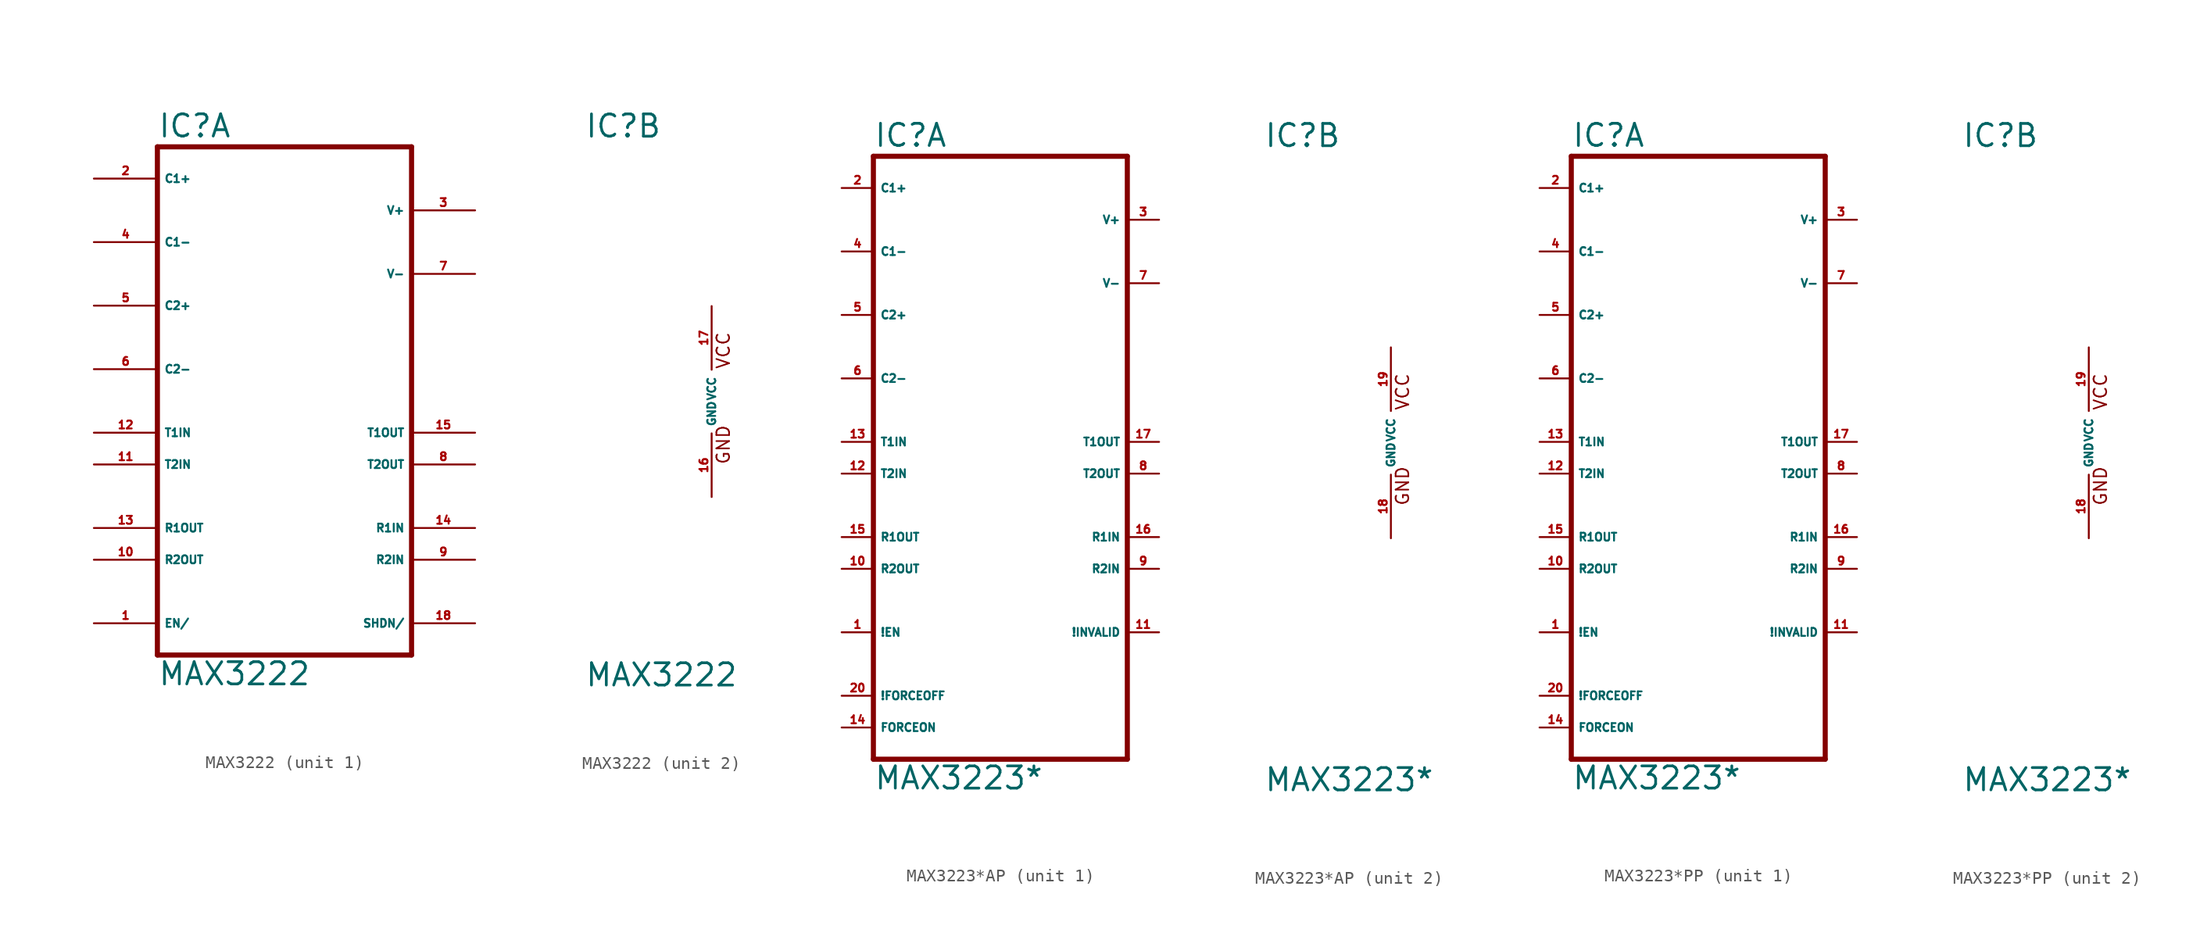
<source format=kicad_sym>
(kicad_symbol_lib
  (version 20220914)
  (generator Eagle2Kicad)
  (symbol "MAX3222"
    (property "Reference" "IC"
      (at -10.16 20.955 0)
      (effects (font (size 1.778 1.778) (thickness 0.22)) (justify left bottom)))
    (property "Value" "MAX3222"
      (at -10.16 -22.86 0)
      (effects (font (size 1.778 1.778) (thickness 0.22)) (justify left bottom)))
    (symbol "MAX3222_1_0"
      (polyline (pts (xy -10.16 20.32) (xy 10.16 20.32)) (stroke (width 0.406) (type default)) (fill (type none)))
      (polyline (pts (xy 10.16 -20.32) (xy 10.16 20.32)) (stroke (width 0.406) (type default)) (fill (type none)))
      (polyline (pts (xy 10.16 -20.32) (xy -10.16 -20.32)) (stroke (width 0.406) (type default)) (fill (type none)))
      (polyline (pts (xy -10.16 20.32) (xy -10.16 -20.32)) (stroke (width 0.406) (type default)) (fill (type none)))
      (pin passive line (at -15.24 17.78 0) (length 5.08) (name "C1+" (effects (font (size 0.635 0.635) (thickness 0.08)) (justify left bottom))) (number "2" (effects (font (size 0.635 0.635) (thickness 0.08)) (justify left bottom))))
      (pin passive line (at -15.24 12.7 0) (length 5.08) (name "C1-" (effects (font (size 0.635 0.635) (thickness 0.08)) (justify left bottom))) (number "4" (effects (font (size 0.635 0.635) (thickness 0.08)) (justify left bottom))))
      (pin passive line (at -15.24 7.62 0) (length 5.08) (name "C2+" (effects (font (size 0.635 0.635) (thickness 0.08)) (justify left bottom))) (number "5" (effects (font (size 0.635 0.635) (thickness 0.08)) (justify left bottom))))
      (pin passive line (at -15.24 2.54 0) (length 5.08) (name "C2-" (effects (font (size 0.635 0.635) (thickness 0.08)) (justify left bottom))) (number "6" (effects (font (size 0.635 0.635) (thickness 0.08)) (justify left bottom))))
      (pin input line (at -15.24 -2.54 0) (length 5.08) (name "T1IN" (effects (font (size 0.635 0.635) (thickness 0.08)) (justify left bottom))) (number "12" (effects (font (size 0.635 0.635) (thickness 0.08)) (justify left bottom))))
      (pin input line (at -15.24 -5.08 0) (length 5.08) (name "T2IN" (effects (font (size 0.635 0.635) (thickness 0.08)) (justify left bottom))) (number "11" (effects (font (size 0.635 0.635) (thickness 0.08)) (justify left bottom))))
      (pin output line (at -15.24 -10.16 0) (length 5.08) (name "R1OUT" (effects (font (size 0.635 0.635) (thickness 0.08)) (justify left bottom))) (number "13" (effects (font (size 0.635 0.635) (thickness 0.08)) (justify left bottom))))
      (pin output line (at -15.24 -12.7 0) (length 5.08) (name "R2OUT" (effects (font (size 0.635 0.635) (thickness 0.08)) (justify left bottom))) (number "10" (effects (font (size 0.635 0.635) (thickness 0.08)) (justify left bottom))))
      (pin passive line (at 15.24 15.24 180) (length 5.08) (name "V+" (effects (font (size 0.635 0.635) (thickness 0.08)) (justify left bottom))) (number "3" (effects (font (size 0.635 0.635) (thickness 0.08)) (justify left bottom))))
      (pin passive line (at 15.24 10.16 180) (length 5.08) (name "V-" (effects (font (size 0.635 0.635) (thickness 0.08)) (justify left bottom))) (number "7" (effects (font (size 0.635 0.635) (thickness 0.08)) (justify left bottom))))
      (pin output line (at 15.24 -2.54 180) (length 5.08) (name "T1OUT" (effects (font (size 0.635 0.635) (thickness 0.08)) (justify left bottom))) (number "15" (effects (font (size 0.635 0.635) (thickness 0.08)) (justify left bottom))))
      (pin output line (at 15.24 -5.08 180) (length 5.08) (name "T2OUT" (effects (font (size 0.635 0.635) (thickness 0.08)) (justify left bottom))) (number "8" (effects (font (size 0.635 0.635) (thickness 0.08)) (justify left bottom))))
      (pin input line (at 15.24 -10.16 180) (length 5.08) (name "R1IN" (effects (font (size 0.635 0.635) (thickness 0.08)) (justify left bottom))) (number "14" (effects (font (size 0.635 0.635) (thickness 0.08)) (justify left bottom))))
      (pin input line (at 15.24 -12.7 180) (length 5.08) (name "R2IN" (effects (font (size 0.635 0.635) (thickness 0.08)) (justify left bottom))) (number "9" (effects (font (size 0.635 0.635) (thickness 0.08)) (justify left bottom))))
      (pin input line (at 15.24 -17.78 180) (length 5.08) (name "SHDN/" (effects (font (size 0.635 0.635) (thickness 0.08)) (justify left bottom))) (number "18" (effects (font (size 0.635 0.635) (thickness 0.08)) (justify left bottom))))
      (pin input line (at -15.24 -17.78 0) (length 5.08) (name "EN/" (effects (font (size 0.635 0.635) (thickness 0.08)) (justify left bottom))) (number "1" (effects (font (size 0.635 0.635) (thickness 0.08)) (justify left bottom)))))
    (symbol "MAX3222_2_0"
      (text "GND" (at 1.524 -5.08 900) (effects (font (size 1.016 1.016) (thickness 0.13)) (justify left bottom)))
      (text "VCC" (at 1.524 2.54 900) (effects (font (size 1.016 1.016) (thickness 0.13)) (justify left bottom)))
      (pin unspecified line (at 0 7.62 270) (length 5.08) (name "VCC" (effects (font (size 0.635 0.635) (thickness 0.08)) (justify left bottom))) (number "17" (effects (font (size 0.635 0.635) (thickness 0.08)) (justify left bottom))))
      (pin unspecified line (at 0 -7.62 90) (length 5.08) (name "GND" (effects (font (size 0.635 0.635) (thickness 0.08)) (justify left bottom))) (number "16" (effects (font (size 0.635 0.635) (thickness 0.08)) (justify left bottom))))))
  (symbol "MAX3223*AP"
    (property "Reference" "IC"
      (at -10.16 23.495 0)
      (effects (font (size 1.778 1.778) (thickness 0.22)) (justify left bottom)))
    (property "Value" "MAX3223*"
      (at -10.16 -27.94 0)
      (effects (font (size 1.778 1.778) (thickness 0.22)) (justify left bottom)))
    (symbol "MAX3223*AP_1_0"
      (polyline (pts (xy -10.16 22.86) (xy 10.16 22.86)) (stroke (width 0.406) (type default)) (fill (type none)))
      (polyline (pts (xy 10.16 -25.4) (xy 10.16 22.86)) (stroke (width 0.406) (type default)) (fill (type none)))
      (polyline (pts (xy 10.16 -25.4) (xy -10.16 -25.4)) (stroke (width 0.406) (type default)) (fill (type none)))
      (polyline (pts (xy -10.16 22.86) (xy -10.16 -25.4)) (stroke (width 0.406) (type default)) (fill (type none)))
      (pin passive line (at -12.7 20.32 0) (length 2.54) (name "C1+" (effects (font (size 0.635 0.635) (thickness 0.08)) (justify left bottom))) (number "2" (effects (font (size 0.635 0.635) (thickness 0.08)) (justify left bottom))))
      (pin passive line (at -12.7 15.24 0) (length 2.54) (name "C1-" (effects (font (size 0.635 0.635) (thickness 0.08)) (justify left bottom))) (number "4" (effects (font (size 0.635 0.635) (thickness 0.08)) (justify left bottom))))
      (pin passive line (at -12.7 10.16 0) (length 2.54) (name "C2+" (effects (font (size 0.635 0.635) (thickness 0.08)) (justify left bottom))) (number "5" (effects (font (size 0.635 0.635) (thickness 0.08)) (justify left bottom))))
      (pin passive line (at -12.7 5.08 0) (length 2.54) (name "C2-" (effects (font (size 0.635 0.635) (thickness 0.08)) (justify left bottom))) (number "6" (effects (font (size 0.635 0.635) (thickness 0.08)) (justify left bottom))))
      (pin input line (at -12.7 0 0) (length 2.54) (name "T1IN" (effects (font (size 0.635 0.635) (thickness 0.08)) (justify left bottom))) (number "13" (effects (font (size 0.635 0.635) (thickness 0.08)) (justify left bottom))))
      (pin input line (at -12.7 -2.54 0) (length 2.54) (name "T2IN" (effects (font (size 0.635 0.635) (thickness 0.08)) (justify left bottom))) (number "12" (effects (font (size 0.635 0.635) (thickness 0.08)) (justify left bottom))))
      (pin output line (at -12.7 -7.62 0) (length 2.54) (name "R1OUT" (effects (font (size 0.635 0.635) (thickness 0.08)) (justify left bottom))) (number "15" (effects (font (size 0.635 0.635) (thickness 0.08)) (justify left bottom))))
      (pin output line (at -12.7 -10.16 0) (length 2.54) (name "R2OUT" (effects (font (size 0.635 0.635) (thickness 0.08)) (justify left bottom))) (number "10" (effects (font (size 0.635 0.635) (thickness 0.08)) (justify left bottom))))
      (pin passive line (at 12.7 17.78 180) (length 2.54) (name "V+" (effects (font (size 0.635 0.635) (thickness 0.08)) (justify left bottom))) (number "3" (effects (font (size 0.635 0.635) (thickness 0.08)) (justify left bottom))))
      (pin passive line (at 12.7 12.7 180) (length 2.54) (name "V-" (effects (font (size 0.635 0.635) (thickness 0.08)) (justify left bottom))) (number "7" (effects (font (size 0.635 0.635) (thickness 0.08)) (justify left bottom))))
      (pin output line (at 12.7 0 180) (length 2.54) (name "T1OUT" (effects (font (size 0.635 0.635) (thickness 0.08)) (justify left bottom))) (number "17" (effects (font (size 0.635 0.635) (thickness 0.08)) (justify left bottom))))
      (pin output line (at 12.7 -2.54 180) (length 2.54) (name "T2OUT" (effects (font (size 0.635 0.635) (thickness 0.08)) (justify left bottom))) (number "8" (effects (font (size 0.635 0.635) (thickness 0.08)) (justify left bottom))))
      (pin input line (at 12.7 -7.62 180) (length 2.54) (name "R1IN" (effects (font (size 0.635 0.635) (thickness 0.08)) (justify left bottom))) (number "16" (effects (font (size 0.635 0.635) (thickness 0.08)) (justify left bottom))))
      (pin input line (at 12.7 -10.16 180) (length 2.54) (name "R2IN" (effects (font (size 0.635 0.635) (thickness 0.08)) (justify left bottom))) (number "9" (effects (font (size 0.635 0.635) (thickness 0.08)) (justify left bottom))))
      (pin output line (at 12.7 -15.24 180) (length 2.54) (name "!INVALID" (effects (font (size 0.635 0.635) (thickness 0.08)) (justify left bottom))) (number "11" (effects (font (size 0.635 0.635) (thickness 0.08)) (justify left bottom))))
      (pin input line (at -12.7 -20.32 0) (length 2.54) (name "!FORCEOFF" (effects (font (size 0.635 0.635) (thickness 0.08)) (justify left bottom))) (number "20" (effects (font (size 0.635 0.635) (thickness 0.08)) (justify left bottom))))
      (pin input line (at -12.7 -22.86 0) (length 2.54) (name "FORCEON" (effects (font (size 0.635 0.635) (thickness 0.08)) (justify left bottom))) (number "14" (effects (font (size 0.635 0.635) (thickness 0.08)) (justify left bottom))))
      (pin input line (at -12.7 -15.24 0) (length 2.54) (name "!EN" (effects (font (size 0.635 0.635) (thickness 0.08)) (justify left bottom))) (number "1" (effects (font (size 0.635 0.635) (thickness 0.08)) (justify left bottom)))))
    (symbol "MAX3223*AP_2_0"
      (text "GND" (at 1.524 -5.08 900) (effects (font (size 1.016 1.016) (thickness 0.13)) (justify left bottom)))
      (text "VCC" (at 1.524 2.54 900) (effects (font (size 1.016 1.016) (thickness 0.13)) (justify left bottom)))
      (pin unspecified line (at 0 7.62 270) (length 5.08) (name "VCC" (effects (font (size 0.635 0.635) (thickness 0.08)) (justify left bottom))) (number "19" (effects (font (size 0.635 0.635) (thickness 0.08)) (justify left bottom))))
      (pin unspecified line (at 0 -7.62 90) (length 5.08) (name "GND" (effects (font (size 0.635 0.635) (thickness 0.08)) (justify left bottom))) (number "18" (effects (font (size 0.635 0.635) (thickness 0.08)) (justify left bottom))))))
  (symbol "MAX3223*PP"
    (property "Reference" "IC"
      (at -10.16 23.495 0)
      (effects (font (size 1.778 1.778) (thickness 0.22)) (justify left bottom)))
    (property "Value" "MAX3223*"
      (at -10.16 -27.94 0)
      (effects (font (size 1.778 1.778) (thickness 0.22)) (justify left bottom)))
    (symbol "MAX3223*PP_1_0"
      (polyline (pts (xy -10.16 22.86) (xy 10.16 22.86)) (stroke (width 0.406) (type default)) (fill (type none)))
      (polyline (pts (xy 10.16 -25.4) (xy 10.16 22.86)) (stroke (width 0.406) (type default)) (fill (type none)))
      (polyline (pts (xy 10.16 -25.4) (xy -10.16 -25.4)) (stroke (width 0.406) (type default)) (fill (type none)))
      (polyline (pts (xy -10.16 22.86) (xy -10.16 -25.4)) (stroke (width 0.406) (type default)) (fill (type none)))
      (pin passive line (at -12.7 20.32 0) (length 2.54) (name "C1+" (effects (font (size 0.635 0.635) (thickness 0.08)) (justify left bottom))) (number "2" (effects (font (size 0.635 0.635) (thickness 0.08)) (justify left bottom))))
      (pin passive line (at -12.7 15.24 0) (length 2.54) (name "C1-" (effects (font (size 0.635 0.635) (thickness 0.08)) (justify left bottom))) (number "4" (effects (font (size 0.635 0.635) (thickness 0.08)) (justify left bottom))))
      (pin passive line (at -12.7 10.16 0) (length 2.54) (name "C2+" (effects (font (size 0.635 0.635) (thickness 0.08)) (justify left bottom))) (number "5" (effects (font (size 0.635 0.635) (thickness 0.08)) (justify left bottom))))
      (pin passive line (at -12.7 5.08 0) (length 2.54) (name "C2-" (effects (font (size 0.635 0.635) (thickness 0.08)) (justify left bottom))) (number "6" (effects (font (size 0.635 0.635) (thickness 0.08)) (justify left bottom))))
      (pin input line (at -12.7 0 0) (length 2.54) (name "T1IN" (effects (font (size 0.635 0.635) (thickness 0.08)) (justify left bottom))) (number "13" (effects (font (size 0.635 0.635) (thickness 0.08)) (justify left bottom))))
      (pin input line (at -12.7 -2.54 0) (length 2.54) (name "T2IN" (effects (font (size 0.635 0.635) (thickness 0.08)) (justify left bottom))) (number "12" (effects (font (size 0.635 0.635) (thickness 0.08)) (justify left bottom))))
      (pin output line (at -12.7 -7.62 0) (length 2.54) (name "R1OUT" (effects (font (size 0.635 0.635) (thickness 0.08)) (justify left bottom))) (number "15" (effects (font (size 0.635 0.635) (thickness 0.08)) (justify left bottom))))
      (pin output line (at -12.7 -10.16 0) (length 2.54) (name "R2OUT" (effects (font (size 0.635 0.635) (thickness 0.08)) (justify left bottom))) (number "10" (effects (font (size 0.635 0.635) (thickness 0.08)) (justify left bottom))))
      (pin passive line (at 12.7 17.78 180) (length 2.54) (name "V+" (effects (font (size 0.635 0.635) (thickness 0.08)) (justify left bottom))) (number "3" (effects (font (size 0.635 0.635) (thickness 0.08)) (justify left bottom))))
      (pin passive line (at 12.7 12.7 180) (length 2.54) (name "V-" (effects (font (size 0.635 0.635) (thickness 0.08)) (justify left bottom))) (number "7" (effects (font (size 0.635 0.635) (thickness 0.08)) (justify left bottom))))
      (pin output line (at 12.7 0 180) (length 2.54) (name "T1OUT" (effects (font (size 0.635 0.635) (thickness 0.08)) (justify left bottom))) (number "17" (effects (font (size 0.635 0.635) (thickness 0.08)) (justify left bottom))))
      (pin output line (at 12.7 -2.54 180) (length 2.54) (name "T2OUT" (effects (font (size 0.635 0.635) (thickness 0.08)) (justify left bottom))) (number "8" (effects (font (size 0.635 0.635) (thickness 0.08)) (justify left bottom))))
      (pin input line (at 12.7 -7.62 180) (length 2.54) (name "R1IN" (effects (font (size 0.635 0.635) (thickness 0.08)) (justify left bottom))) (number "16" (effects (font (size 0.635 0.635) (thickness 0.08)) (justify left bottom))))
      (pin input line (at 12.7 -10.16 180) (length 2.54) (name "R2IN" (effects (font (size 0.635 0.635) (thickness 0.08)) (justify left bottom))) (number "9" (effects (font (size 0.635 0.635) (thickness 0.08)) (justify left bottom))))
      (pin output line (at 12.7 -15.24 180) (length 2.54) (name "!INVALID" (effects (font (size 0.635 0.635) (thickness 0.08)) (justify left bottom))) (number "11" (effects (font (size 0.635 0.635) (thickness 0.08)) (justify left bottom))))
      (pin input line (at -12.7 -20.32 0) (length 2.54) (name "!FORCEOFF" (effects (font (size 0.635 0.635) (thickness 0.08)) (justify left bottom))) (number "20" (effects (font (size 0.635 0.635) (thickness 0.08)) (justify left bottom))))
      (pin input line (at -12.7 -22.86 0) (length 2.54) (name "FORCEON" (effects (font (size 0.635 0.635) (thickness 0.08)) (justify left bottom))) (number "14" (effects (font (size 0.635 0.635) (thickness 0.08)) (justify left bottom))))
      (pin input line (at -12.7 -15.24 0) (length 2.54) (name "!EN" (effects (font (size 0.635 0.635) (thickness 0.08)) (justify left bottom))) (number "1" (effects (font (size 0.635 0.635) (thickness 0.08)) (justify left bottom)))))
    (symbol "MAX3223*PP_2_0"
      (text "GND" (at 1.524 -5.08 900) (effects (font (size 1.016 1.016) (thickness 0.13)) (justify left bottom)))
      (text "VCC" (at 1.524 2.54 900) (effects (font (size 1.016 1.016) (thickness 0.13)) (justify left bottom)))
      (pin unspecified line (at 0 7.62 270) (length 5.08) (name "VCC" (effects (font (size 0.635 0.635) (thickness 0.08)) (justify left bottom))) (number "19" (effects (font (size 0.635 0.635) (thickness 0.08)) (justify left bottom))))
      (pin unspecified line (at 0 -7.62 90) (length 5.08) (name "GND" (effects (font (size 0.635 0.635) (thickness 0.08)) (justify left bottom))) (number "18" (effects (font (size 0.635 0.635) (thickness 0.08)) (justify left bottom)))))))
</source>
